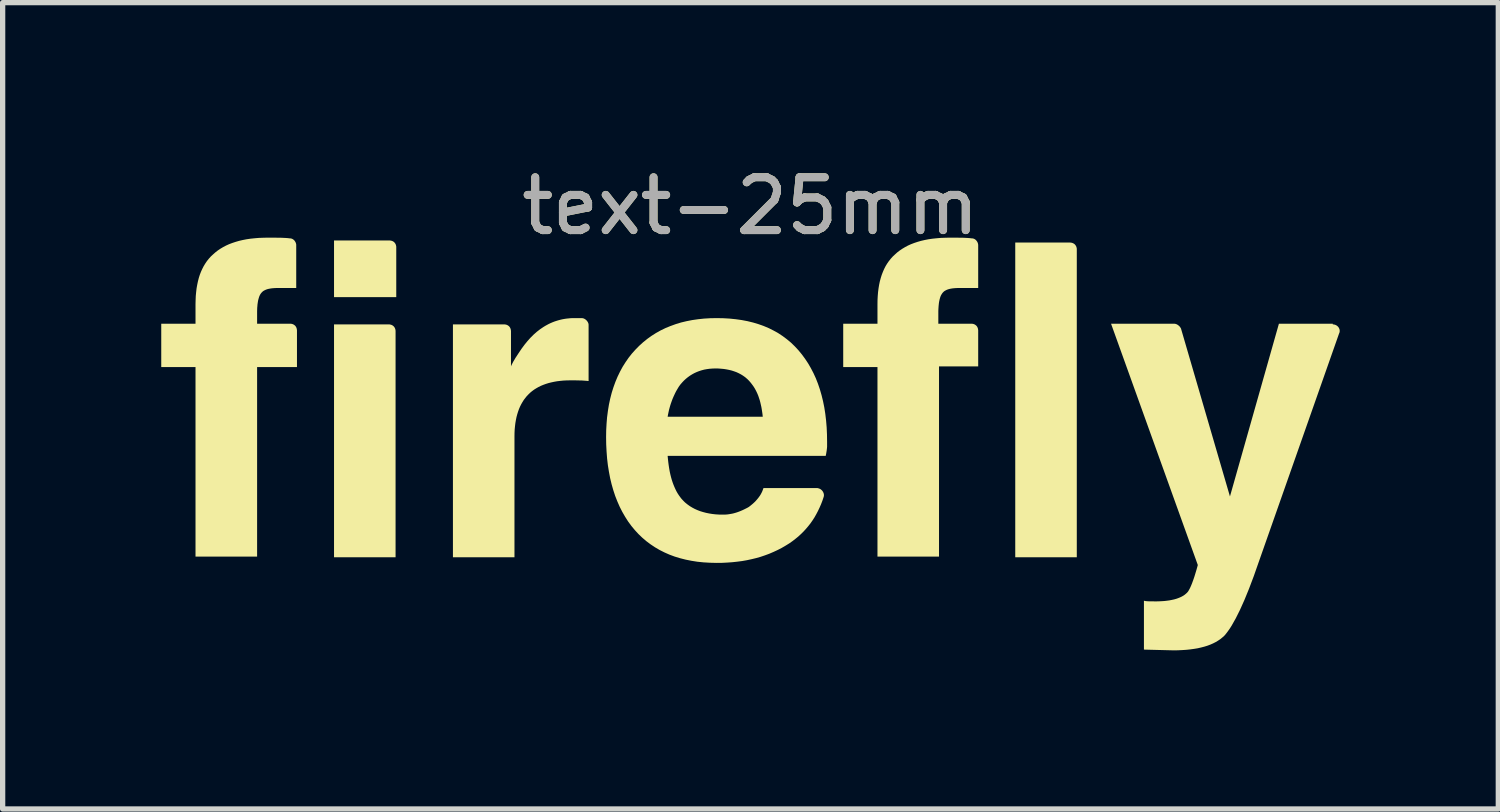
<source format=kicad_pcb>
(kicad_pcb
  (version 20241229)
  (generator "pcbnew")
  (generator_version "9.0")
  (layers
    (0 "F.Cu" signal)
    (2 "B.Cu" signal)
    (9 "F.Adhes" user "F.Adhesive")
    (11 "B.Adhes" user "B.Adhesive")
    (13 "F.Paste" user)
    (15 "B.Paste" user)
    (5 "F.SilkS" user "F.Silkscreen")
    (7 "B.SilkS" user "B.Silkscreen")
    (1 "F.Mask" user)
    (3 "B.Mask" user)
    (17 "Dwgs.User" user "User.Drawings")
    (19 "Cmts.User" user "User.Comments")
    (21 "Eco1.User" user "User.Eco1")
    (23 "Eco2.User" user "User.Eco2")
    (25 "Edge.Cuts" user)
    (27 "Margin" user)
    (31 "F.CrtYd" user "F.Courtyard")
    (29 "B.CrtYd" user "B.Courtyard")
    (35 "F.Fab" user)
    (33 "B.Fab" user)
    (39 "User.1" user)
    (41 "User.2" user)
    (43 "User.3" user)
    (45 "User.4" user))
  (footprint "text-25mm"
    (layer "F.Cu")
    (at 11.145 5.348)
    (property "Reference" "text-25mm" (at 0 -4.5 0) (unlocked yes) (layer "F.SilkS") (effects (font (size 1 1) (thickness 0.15))))
    (attr smd)
    (fp_poly (pts (xy -6.838 -2.262) (xy -6.831 -2.262) (xy -6.824 -2.261) (xy -6.817 -2.26) (xy -6.81 -2.258) (xy -6.804 -2.257) (xy -6.797 -2.255) (xy -6.791 -2.253) (xy -6.785 -2.25) (xy -6.779 -2.247) (xy -6.774 -2.245) (xy -6.769 -2.241) (xy -6.763 -2.238) (xy -6.759 -2.234) (xy -6.754 -2.23) (xy -6.749 -2.226) (xy -6.745 -2.221) (xy -6.741 -2.217) (xy -6.737 -2.212) (xy -6.734 -2.207) (xy -6.731 -2.201) (xy -6.728 -2.196) (xy -6.725 -2.19) (xy -6.723 -2.184) (xy -6.72 -2.178) (xy -6.718 -2.172) (xy -6.717 -2.165) (xy -6.715 -2.158) (xy -6.714 -2.152) (xy -6.714 -2.144) (xy -6.713 -2.137) (xy -6.713 -2.13) (xy -6.713 2.143) (xy -7.877 2.143) (xy -7.877 -2.262) (xy -6.845 -2.262)) (stroke (width 0) (type solid)) (fill yes) (layer "F.SilkS"))
    (fp_poly (pts (xy -6.825 -3.85) (xy -6.818 -3.849) (xy -6.81 -3.848) (xy -6.804 -3.847) (xy -6.797 -3.846) (xy -6.79 -3.844) (xy -6.784 -3.842) (xy -6.778 -3.84) (xy -6.772 -3.838) (xy -6.766 -3.835) (xy -6.761 -3.832) (xy -6.755 -3.829) (xy -6.75 -3.825) (xy -6.745 -3.822) (xy -6.741 -3.818) (xy -6.736 -3.813) (xy -6.732 -3.809) (xy -6.728 -3.804) (xy -6.724 -3.799) (xy -6.721 -3.794) (xy -6.717 -3.789) (xy -6.714 -3.783) (xy -6.712 -3.778) (xy -6.709 -3.772) (xy -6.707 -3.765) (xy -6.705 -3.759) (xy -6.704 -3.753) (xy -6.702 -3.746) (xy -6.701 -3.739) (xy -6.7 -3.732) (xy -6.7 -3.725) (xy -6.7 -3.717) (xy -6.7 -2.778) (xy -7.877 -2.778) (xy -7.877 -3.85) (xy -6.832 -3.85)) (stroke (width 0) (type solid)) (fill yes) (layer "F.SilkS"))
    (fp_poly (pts (xy 6.047 -3.81) (xy 6.054 -3.809) (xy 6.061 -3.809) (xy 6.068 -3.808) (xy 6.075 -3.806) (xy 6.082 -3.805) (xy 6.088 -3.803) (xy 6.094 -3.8) (xy 6.1 -3.798) (xy 6.106 -3.795) (xy 6.111 -3.792) (xy 6.117 -3.789) (xy 6.122 -3.786) (xy 6.127 -3.782) (xy 6.131 -3.778) (xy 6.136 -3.774) (xy 6.14 -3.769) (xy 6.144 -3.764) (xy 6.148 -3.76) (xy 6.151 -3.754) (xy 6.154 -3.749) (xy 6.157 -3.744) (xy 6.16 -3.738) (xy 6.163 -3.732) (xy 6.165 -3.726) (xy 6.167 -3.719) (xy 6.168 -3.713) (xy 6.17 -3.706) (xy 6.171 -3.699) (xy 6.172 -3.692) (xy 6.172 -3.685) (xy 6.172 -3.678) (xy 6.172 2.143) (xy 5.008 2.143) (xy 5.008 -3.81) (xy 6.04 -3.81)) (stroke (width 0) (type solid)) (fill yes) (layer "F.SilkS"))
    (fp_poly (pts (xy 8.016 -2.275) (xy 8.021 -2.275) (xy 8.026 -2.274) (xy 8.031 -2.274) (xy 8.041 -2.271) (xy 8.05 -2.268) (xy 8.06 -2.265) (xy 8.069 -2.26) (xy 8.078 -2.255) (xy 8.087 -2.249) (xy 8.096 -2.242) (xy 8.104 -2.235) (xy 8.112 -2.228) (xy 8.119 -2.22) (xy 8.126 -2.211) (xy 8.132 -2.202) (xy 8.138 -2.193) (xy 8.143 -2.183) (xy 9.069 0.992) (xy 9.995 -2.275) (xy 11.014 -2.275) (xy 11.014 -2.262) (xy 11.023 -2.262) (xy 11.031 -2.261) (xy 11.039 -2.26) (xy 11.047 -2.258) (xy 11.055 -2.256) (xy 11.063 -2.253) (xy 11.07 -2.25) (xy 11.077 -2.246) (xy 11.084 -2.243) (xy 11.091 -2.238) (xy 11.097 -2.234) (xy 11.103 -2.229) (xy 11.108 -2.223) (xy 11.114 -2.218) (xy 11.119 -2.212) (xy 11.123 -2.206) (xy 11.127 -2.2) (xy 11.131 -2.193) (xy 11.134 -2.186) (xy 11.137 -2.18) (xy 11.14 -2.172) (xy 11.142 -2.165) (xy 11.143 -2.158) (xy 11.144 -2.151) (xy 11.145 -2.143) (xy 11.145 -2.136) (xy 11.144 -2.128) (xy 11.143 -2.12) (xy 11.142 -2.113) (xy 11.139 -2.105) (xy 11.137 -2.098) (xy 11.133 -2.09) (xy 9.612 2.236) (xy 9.519 2.501) (xy 9.429 2.739) (xy 9.342 2.952) (xy 9.258 3.139) (xy 9.178 3.299) (xy 9.102 3.434) (xy 9.066 3.491) (xy 9.03 3.542) (xy 8.996 3.587) (xy 8.964 3.625) (xy 8.927 3.658) (xy 8.888 3.69) (xy 8.845 3.719) (xy 8.8 3.746) (xy 8.751 3.771) (xy 8.699 3.794) (xy 8.643 3.815) (xy 8.585 3.833) (xy 8.523 3.849) (xy 8.458 3.864) (xy 8.39 3.875) (xy 8.318 3.885) (xy 8.243 3.893) (xy 8.165 3.898) (xy 8.083 3.902) (xy 7.998 3.903) (xy 7.442 3.889) (xy 7.442 2.963) (xy 7.448 2.966) (xy 7.455 2.968) (xy 7.463 2.969) (xy 7.472 2.971) (xy 7.482 2.972) (xy 7.494 2.973) (xy 7.506 2.974) (xy 7.52 2.975) (xy 7.551 2.976) (xy 7.585 2.976) (xy 7.667 2.977) (xy 7.723 2.976) (xy 7.777 2.973) (xy 7.828 2.97) (xy 7.878 2.964) (xy 7.924 2.958) (xy 7.969 2.949) (xy 8.011 2.94) (xy 8.051 2.929) (xy 8.088 2.916) (xy 8.123 2.902) (xy 8.155 2.887) (xy 8.184 2.871) (xy 8.211 2.853) (xy 8.235 2.833) (xy 8.257 2.813) (xy 8.276 2.791) (xy 8.286 2.775) (xy 8.296 2.757) (xy 8.307 2.737) (xy 8.318 2.715) (xy 8.329 2.69) (xy 8.34 2.664) (xy 8.352 2.635) (xy 8.363 2.604) (xy 8.375 2.572) (xy 8.387 2.537) (xy 8.399 2.501) (xy 8.411 2.462) (xy 8.436 2.379) (xy 8.461 2.289) (xy 6.82 -2.275) (xy 8.011 -2.275)) (stroke (width 0) (type solid)) (fill yes) (layer "F.SilkS"))
    (fp_poly (pts (xy -3.188 -2.381) (xy -3.182 -2.38) (xy -3.176 -2.38) (xy -3.169 -2.378) (xy -3.163 -2.377) (xy -3.157 -2.375) (xy -3.151 -2.372) (xy -3.145 -2.37) (xy -3.14 -2.367) (xy -3.134 -2.364) (xy -3.129 -2.36) (xy -3.123 -2.357) (xy -3.118 -2.353) (xy -3.113 -2.349) (xy -3.108 -2.344) (xy -3.103 -2.34) (xy -3.099 -2.335) (xy -3.094 -2.33) (xy -3.09 -2.325) (xy -3.086 -2.32) (xy -3.083 -2.314) (xy -3.079 -2.309) (xy -3.076 -2.303) (xy -3.073 -2.298) (xy -3.071 -2.292) (xy -3.068 -2.286) (xy -3.066 -2.28) (xy -3.065 -2.274) (xy -3.063 -2.268) (xy -3.063 -2.261) (xy -3.062 -2.255) (xy -3.062 -2.249) (xy -3.062 -1.191) (xy -3.102 -1.195) (xy -3.143 -1.198) (xy -3.186 -1.201) (xy -3.229 -1.202) (xy -3.272 -1.203) (xy -3.317 -1.204) (xy -3.406 -1.204) (xy -3.472 -1.203) (xy -3.535 -1.2) (xy -3.597 -1.194) (xy -3.656 -1.187) (xy -3.713 -1.177) (xy -3.769 -1.165) (xy -3.821 -1.152) (xy -3.872 -1.136) (xy -3.921 -1.118) (xy -3.967 -1.099) (xy -4.011 -1.077) (xy -4.053 -1.053) (xy -4.093 -1.028) (xy -4.131 -1) (xy -4.166 -0.971) (xy -4.199 -0.939) (xy -4.231 -0.906) (xy -4.26 -0.87) (xy -4.288 -0.833) (xy -4.313 -0.793) (xy -4.337 -0.751) (xy -4.359 -0.707) (xy -4.379 -0.66) (xy -4.396 -0.612) (xy -4.412 -0.561) (xy -4.426 -0.508) (xy -4.437 -0.453) (xy -4.447 -0.396) (xy -4.454 -0.337) (xy -4.46 -0.275) (xy -4.463 -0.211) (xy -4.464 -0.146) (xy -4.464 2.143) (xy -5.628 2.143) (xy -5.628 -2.262) (xy -4.663 -2.262) (xy -4.655 -2.262) (xy -4.648 -2.262) (xy -4.641 -2.261) (xy -4.634 -2.26) (xy -4.627 -2.258) (xy -4.621 -2.257) (xy -4.614 -2.255) (xy -4.608 -2.253) (xy -4.602 -2.25) (xy -4.597 -2.247) (xy -4.591 -2.245) (xy -4.586 -2.241) (xy -4.581 -2.238) (xy -4.576 -2.234) (xy -4.571 -2.23) (xy -4.567 -2.226) (xy -4.562 -2.221) (xy -4.558 -2.217) (xy -4.555 -2.212) (xy -4.551 -2.207) (xy -4.548 -2.201) (xy -4.545 -2.196) (xy -4.542 -2.19) (xy -4.54 -2.184) (xy -4.538 -2.178) (xy -4.536 -2.172) (xy -4.534 -2.165) (xy -4.533 -2.158) (xy -4.532 -2.152) (xy -4.531 -2.144) (xy -4.53 -2.137) (xy -4.53 -2.13) (xy -4.53 -1.468) (xy -4.523 -1.486) (xy -4.515 -1.503) (xy -4.498 -1.536) (xy -4.481 -1.568) (xy -4.462 -1.599) (xy -4.444 -1.63) (xy -4.424 -1.66) (xy -4.385 -1.72) (xy -4.332 -1.799) (xy -4.277 -1.874) (xy -4.221 -1.943) (xy -4.164 -2.007) (xy -4.104 -2.067) (xy -4.043 -2.121) (xy -3.98 -2.17) (xy -3.915 -2.214) (xy -3.882 -2.234) (xy -3.848 -2.253) (xy -3.814 -2.271) (xy -3.78 -2.287) (xy -3.745 -2.302) (xy -3.709 -2.316) (xy -3.673 -2.328) (xy -3.637 -2.339) (xy -3.6 -2.349) (xy -3.562 -2.358) (xy -3.524 -2.365) (xy -3.486 -2.371) (xy -3.447 -2.375) (xy -3.407 -2.379) (xy -3.367 -2.381) (xy -3.326 -2.381) (xy -3.194 -2.381)) (stroke (width 0) (type solid)) (fill yes) (layer "F.SilkS"))
    (fp_poly (pts (xy -8.966 -3.902) (xy -8.878 -3.901) (xy -8.835 -3.899) (xy -8.792 -3.897) (xy -8.751 -3.894) (xy -8.711 -3.889) (xy -8.704 -3.889) (xy -8.698 -3.889) (xy -8.692 -3.888) (xy -8.687 -3.886) (xy -8.681 -3.885) (xy -8.675 -3.883) (xy -8.67 -3.881) (xy -8.664 -3.878) (xy -8.659 -3.875) (xy -8.654 -3.872) (xy -8.649 -3.869) (xy -8.644 -3.865) (xy -8.639 -3.861) (xy -8.635 -3.857) (xy -8.63 -3.853) (xy -8.626 -3.848) (xy -8.622 -3.843) (xy -8.619 -3.838) (xy -8.615 -3.833) (xy -8.612 -3.828) (xy -8.609 -3.823) (xy -8.606 -3.817) (xy -8.603 -3.811) (xy -8.601 -3.806) (xy -8.599 -3.8) (xy -8.597 -3.794) (xy -8.595 -3.788) (xy -8.594 -3.782) (xy -8.593 -3.776) (xy -8.592 -3.769) (xy -8.592 -3.763) (xy -8.592 -3.757) (xy -8.592 -2.95) (xy -8.949 -2.95) (xy -8.976 -2.95) (xy -9.001 -2.949) (xy -9.026 -2.947) (xy -9.05 -2.945) (xy -9.073 -2.942) (xy -9.095 -2.938) (xy -9.116 -2.934) (xy -9.136 -2.929) (xy -9.154 -2.923) (xy -9.172 -2.916) (xy -9.188 -2.908) (xy -9.204 -2.9) (xy -9.218 -2.891) (xy -9.231 -2.88) (xy -9.242 -2.869) (xy -9.253 -2.857) (xy -9.263 -2.844) (xy -9.272 -2.83) (xy -9.28 -2.815) (xy -9.288 -2.798) (xy -9.295 -2.779) (xy -9.301 -2.759) (xy -9.307 -2.738) (xy -9.313 -2.715) (xy -9.317 -2.691) (xy -9.321 -2.665) (xy -9.325 -2.637) (xy -9.327 -2.608) (xy -9.33 -2.577) (xy -9.331 -2.545) (xy -9.332 -2.51) (xy -9.332 -2.474) (xy -9.332 -2.275) (xy -8.711 -2.275) (xy -8.703 -2.275) (xy -8.696 -2.275) (xy -8.689 -2.274) (xy -8.682 -2.273) (xy -8.675 -2.272) (xy -8.669 -2.27) (xy -8.663 -2.268) (xy -8.656 -2.266) (xy -8.651 -2.263) (xy -8.645 -2.261) (xy -8.639 -2.258) (xy -8.634 -2.254) (xy -8.629 -2.251) (xy -8.624 -2.247) (xy -8.619 -2.243) (xy -8.615 -2.239) (xy -8.61 -2.235) (xy -8.607 -2.23) (xy -8.603 -2.225) (xy -8.599 -2.22) (xy -8.596 -2.215) (xy -8.593 -2.209) (xy -8.59 -2.203) (xy -8.588 -2.197) (xy -8.586 -2.191) (xy -8.584 -2.185) (xy -8.582 -2.178) (xy -8.581 -2.172) (xy -8.58 -2.165) (xy -8.579 -2.158) (xy -8.578 -2.15) (xy -8.578 -2.143) (xy -8.578 -1.455) (xy -9.332 -1.455) (xy -9.332 2.13) (xy -10.497 2.13) (xy -10.497 -1.455) (xy -11.145 -1.455) (xy -11.145 -2.275) (xy -10.497 -2.275) (xy -10.497 -2.646) (xy -10.495 -2.724) (xy -10.492 -2.8) (xy -10.485 -2.873) (xy -10.477 -2.943) (xy -10.465 -3.011) (xy -10.451 -3.077) (xy -10.435 -3.14) (xy -10.416 -3.2) (xy -10.394 -3.257) (xy -10.369 -3.312) (xy -10.342 -3.365) (xy -10.312 -3.414) (xy -10.28 -3.461) (xy -10.245 -3.505) (xy -10.207 -3.547) (xy -10.166 -3.585) (xy -10.122 -3.624) (xy -10.076 -3.66) (xy -10.027 -3.693) (xy -9.975 -3.724) (xy -9.92 -3.753) (xy -9.863 -3.779) (xy -9.802 -3.802) (xy -9.739 -3.823) (xy -9.673 -3.842) (xy -9.605 -3.858) (xy -9.533 -3.872) (xy -9.459 -3.883) (xy -9.382 -3.891) (xy -9.302 -3.898) (xy -9.219 -3.901) (xy -9.134 -3.903) (xy -9.055 -3.903)) (stroke (width 0) (type solid)) (fill yes) (layer "F.SilkS"))
    (fp_poly (pts (xy 3.933 -3.902) (xy 4.021 -3.901) (xy 4.064 -3.899) (xy 4.106 -3.897) (xy 4.148 -3.894) (xy 4.188 -3.889) (xy 4.194 -3.889) (xy 4.2 -3.889) (xy 4.206 -3.888) (xy 4.212 -3.886) (xy 4.218 -3.885) (xy 4.223 -3.883) (xy 4.229 -3.881) (xy 4.234 -3.878) (xy 4.24 -3.875) (xy 4.245 -3.872) (xy 4.25 -3.869) (xy 4.255 -3.865) (xy 4.259 -3.861) (xy 4.264 -3.857) (xy 4.268 -3.853) (xy 4.272 -3.848) (xy 4.276 -3.843) (xy 4.28 -3.838) (xy 4.283 -3.833) (xy 4.287 -3.828) (xy 4.29 -3.823) (xy 4.293 -3.817) (xy 4.295 -3.811) (xy 4.298 -3.806) (xy 4.3 -3.8) (xy 4.302 -3.794) (xy 4.303 -3.788) (xy 4.304 -3.782) (xy 4.306 -3.776) (xy 4.306 -3.769) (xy 4.307 -3.763) (xy 4.307 -3.757) (xy 4.307 -2.95) (xy 3.936 -2.95) (xy 3.91 -2.95) (xy 3.884 -2.949) (xy 3.859 -2.947) (xy 3.835 -2.945) (xy 3.812 -2.942) (xy 3.79 -2.938) (xy 3.769 -2.934) (xy 3.75 -2.929) (xy 3.731 -2.923) (xy 3.713 -2.916) (xy 3.697 -2.908) (xy 3.682 -2.9) (xy 3.667 -2.891) (xy 3.654 -2.88) (xy 3.643 -2.869) (xy 3.632 -2.857) (xy 3.623 -2.844) (xy 3.614 -2.83) (xy 3.605 -2.815) (xy 3.597 -2.798) (xy 3.59 -2.779) (xy 3.584 -2.759) (xy 3.578 -2.738) (xy 3.573 -2.715) (xy 3.568 -2.691) (xy 3.564 -2.665) (xy 3.561 -2.637) (xy 3.558 -2.608) (xy 3.556 -2.577) (xy 3.554 -2.545) (xy 3.553 -2.51) (xy 3.553 -2.474) (xy 3.553 -2.275) (xy 4.175 -2.275) (xy 4.182 -2.275) (xy 4.189 -2.275) (xy 4.196 -2.274) (xy 4.203 -2.273) (xy 4.21 -2.272) (xy 4.216 -2.27) (xy 4.223 -2.268) (xy 4.229 -2.266) (xy 4.235 -2.263) (xy 4.24 -2.261) (xy 4.246 -2.258) (xy 4.251 -2.254) (xy 4.256 -2.251) (xy 4.261 -2.247) (xy 4.266 -2.243) (xy 4.27 -2.239) (xy 4.275 -2.235) (xy 4.279 -2.23) (xy 4.282 -2.225) (xy 4.286 -2.22) (xy 4.289 -2.215) (xy 4.292 -2.209) (xy 4.295 -2.203) (xy 4.297 -2.197) (xy 4.3 -2.191) (xy 4.301 -2.185) (xy 4.303 -2.178) (xy 4.304 -2.172) (xy 4.305 -2.165) (xy 4.306 -2.158) (xy 4.307 -2.15) (xy 4.307 -2.143) (xy 4.307 -1.468) (xy 3.566 -1.468) (xy 3.566 2.13) (xy 2.402 2.13) (xy 2.402 -1.455) (xy 1.754 -1.455) (xy 1.754 -2.275) (xy 2.402 -2.275) (xy 2.402 -2.646) (xy 2.403 -2.724) (xy 2.407 -2.8) (xy 2.413 -2.873) (xy 2.422 -2.943) (xy 2.433 -3.011) (xy 2.447 -3.077) (xy 2.464 -3.14) (xy 2.483 -3.2) (xy 2.505 -3.257) (xy 2.529 -3.312) (xy 2.556 -3.365) (xy 2.586 -3.414) (xy 2.619 -3.461) (xy 2.654 -3.505) (xy 2.692 -3.547) (xy 2.733 -3.585) (xy 2.776 -3.624) (xy 2.823 -3.66) (xy 2.872 -3.693) (xy 2.924 -3.724) (xy 2.978 -3.753) (xy 3.036 -3.779) (xy 3.096 -3.802) (xy 3.159 -3.823) (xy 3.225 -3.842) (xy 3.294 -3.858) (xy 3.365 -3.872) (xy 3.44 -3.883) (xy 3.517 -3.891) (xy 3.596 -3.898) (xy 3.679 -3.901) (xy 3.764 -3.903) (xy 3.844 -3.903)) (stroke (width 0) (type solid)) (fill yes) (layer "F.SilkS"))
    (fp_poly (pts (xy -0.516 -2.379) (xy -0.395 -2.372) (xy -0.278 -2.36) (xy -0.165 -2.344) (xy -0.055 -2.323) (xy 0.051 -2.297) (xy 0.154 -2.266) (xy 0.252 -2.231) (xy 0.347 -2.191) (xy 0.438 -2.145) (xy 0.526 -2.096) (xy 0.609 -2.041) (xy 0.689 -1.981) (xy 0.766 -1.917) (xy 0.838 -1.847) (xy 0.907 -1.773) (xy 0.972 -1.694) (xy 1.033 -1.611) (xy 1.09 -1.525) (xy 1.142 -1.435) (xy 1.191 -1.341) (xy 1.236 -1.243) (xy 1.276 -1.141) (xy 1.312 -1.035) (xy 1.344 -0.925) (xy 1.372 -0.811) (xy 1.396 -0.693) (xy 1.415 -0.571) (xy 1.43 -0.444) (xy 1.441 -0.314) (xy 1.447 -0.179) (xy 1.449 -0.04) (xy 1.449 0.026) (xy 1.449 0.039) (xy 1.449 0.051) (xy 1.447 0.076) (xy 1.444 0.101) (xy 1.441 0.126) (xy 1.437 0.15) (xy 1.433 0.175) (xy 1.423 0.225) (xy -1.567 0.225) (xy -1.561 0.288) (xy -1.554 0.35) (xy -1.546 0.41) (xy -1.537 0.468) (xy -1.527 0.524) (xy -1.515 0.578) (xy -1.502 0.63) (xy -1.488 0.68) (xy -1.472 0.728) (xy -1.455 0.774) (xy -1.437 0.817) (xy -1.418 0.859) (xy -1.398 0.899) (xy -1.376 0.937) (xy -1.353 0.972) (xy -1.329 1.005) (xy -1.314 1.025) (xy -1.298 1.044) (xy -1.281 1.062) (xy -1.264 1.08) (xy -1.246 1.098) (xy -1.227 1.115) (xy -1.188 1.146) (xy -1.146 1.176) (xy -1.101 1.203) (xy -1.054 1.228) (xy -1.005 1.25) (xy -0.953 1.27) (xy -0.898 1.287) (xy -0.841 1.302) (xy -0.782 1.314) (xy -0.72 1.324) (xy -0.656 1.331) (xy -0.59 1.335) (xy -0.522 1.336) (xy -0.49 1.336) (xy -0.458 1.334) (xy -0.426 1.331) (xy -0.395 1.326) (xy -0.364 1.321) (xy -0.333 1.315) (xy -0.303 1.307) (xy -0.272 1.298) (xy -0.242 1.288) (xy -0.212 1.277) (xy -0.182 1.265) (xy -0.152 1.252) (xy -0.122 1.238) (xy -0.092 1.223) (xy -0.062 1.208) (xy -0.032 1.191) (xy -0.006 1.171) (xy 0.02 1.15) (xy 0.044 1.13) (xy 0.067 1.109) (xy 0.089 1.088) (xy 0.109 1.066) (xy 0.128 1.044) (xy 0.146 1.022) (xy 0.163 0.999) (xy 0.179 0.977) (xy 0.193 0.954) (xy 0.206 0.93) (xy 0.218 0.906) (xy 0.228 0.882) (xy 0.237 0.858) (xy 0.246 0.833) (xy 1.251 0.833) (xy 1.26 0.834) (xy 1.268 0.834) (xy 1.276 0.836) (xy 1.284 0.838) (xy 1.292 0.84) (xy 1.3 0.843) (xy 1.307 0.846) (xy 1.314 0.849) (xy 1.321 0.853) (xy 1.328 0.857) (xy 1.334 0.862) (xy 1.34 0.867) (xy 1.346 0.872) (xy 1.352 0.878) (xy 1.357 0.884) (xy 1.362 0.89) (xy 1.366 0.896) (xy 1.37 0.903) (xy 1.374 0.909) (xy 1.377 0.916) (xy 1.38 0.923) (xy 1.383 0.93) (xy 1.385 0.938) (xy 1.387 0.945) (xy 1.388 0.953) (xy 1.389 0.96) (xy 1.389 0.968) (xy 1.389 0.975) (xy 1.388 0.983) (xy 1.387 0.99) (xy 1.385 0.998) (xy 1.383 1.005) (xy 1.36 1.074) (xy 1.334 1.141) (xy 1.306 1.205) (xy 1.276 1.268) (xy 1.244 1.329) (xy 1.21 1.389) (xy 1.173 1.446) (xy 1.134 1.502) (xy 1.092 1.555) (xy 1.048 1.607) (xy 1.002 1.657) (xy 0.953 1.705) (xy 0.903 1.751) (xy 0.849 1.795) (xy 0.793 1.838) (xy 0.735 1.879) (xy 0.662 1.924) (xy 0.588 1.967) (xy 0.512 2.006) (xy 0.434 2.042) (xy 0.355 2.076) (xy 0.274 2.106) (xy 0.191 2.134) (xy 0.107 2.158) (xy 0.02 2.179) (xy -0.068 2.198) (xy -0.159 2.214) (xy -0.251 2.226) (xy -0.345 2.236) (xy -0.442 2.243) (xy -0.54 2.248) (xy -0.641 2.249) (xy -0.765 2.246) (xy -0.886 2.239) (xy -1.004 2.227) (xy -1.117 2.209) (xy -1.227 2.187) (xy -1.333 2.16) (xy -1.435 2.129) (xy -1.534 2.092) (xy -1.629 2.05) (xy -1.72 2.004) (xy -1.807 1.953) (xy -1.891 1.897) (xy -1.971 1.837) (xy -2.047 1.772) (xy -2.12 1.702) (xy -2.189 1.627) (xy -2.254 1.548) (xy -2.315 1.465) (xy -2.371 1.377) (xy -2.424 1.285) (xy -2.473 1.189) (xy -2.517 1.089) (xy -2.558 0.985) (xy -2.594 0.876) (xy -2.626 0.764) (xy -2.654 0.648) (xy -2.677 0.527) (xy -2.697 0.403) (xy -2.712 0.275) (xy -2.722 0.143) (xy -2.729 0.007) (xy -2.731 -0.132) (xy -2.729 -0.262) (xy -2.722 -0.388) (xy -2.712 -0.511) (xy -2.711 -0.516) (xy -1.567 -0.516) (xy 0.232 -0.516) (xy 0.227 -0.565) (xy 0.22 -0.613) (xy 0.213 -0.659) (xy 0.205 -0.704) (xy 0.195 -0.748) (xy 0.185 -0.791) (xy 0.174 -0.832) (xy 0.161 -0.871) (xy 0.148 -0.91) (xy 0.133 -0.947) (xy 0.117 -0.982) (xy 0.1 -1.016) (xy 0.082 -1.049) (xy 0.063 -1.08) (xy 0.042 -1.11) (xy 0.021 -1.138) (xy 0.007 -1.156) (xy -0.008 -1.174) (xy -0.023 -1.191) (xy -0.038 -1.207) (xy -0.054 -1.223) (xy -0.071 -1.238) (xy -0.088 -1.253) (xy -0.105 -1.267) (xy -0.124 -1.28) (xy -0.142 -1.293) (xy -0.181 -1.317) (xy -0.221 -1.338) (xy -0.264 -1.358) (xy -0.308 -1.374) (xy -0.354 -1.389) (xy -0.402 -1.401) (xy -0.452 -1.411) (xy -0.503 -1.419) (xy -0.556 -1.424) (xy -0.611 -1.428) (xy -0.667 -1.429) (xy -0.721 -1.427) (xy -0.774 -1.423) (xy -0.825 -1.416) (xy -0.875 -1.407) (xy -0.924 -1.394) (xy -0.971 -1.379) (xy -1.017 -1.361) (xy -1.061 -1.341) (xy -1.103 -1.318) (xy -1.145 -1.292) (xy -1.184 -1.264) (xy -1.222 -1.233) (xy -1.258 -1.2) (xy -1.292 -1.164) (xy -1.325 -1.126) (xy -1.355 -1.085) (xy -1.372 -1.057) (xy -1.389 -1.028) (xy -1.406 -0.999) (xy -1.422 -0.968) (xy -1.437 -0.936) (xy -1.452 -0.904) (xy -1.467 -0.87) (xy -1.481 -0.835) (xy -1.494 -0.799) (xy -1.507 -0.762) (xy -1.519 -0.724) (xy -1.53 -0.685) (xy -1.541 -0.644) (xy -1.55 -0.603) (xy -1.559 -0.56) (xy -1.567 -0.516) (xy -2.711 -0.516) (xy -2.696 -0.631) (xy -2.677 -0.747) (xy -2.653 -0.859) (xy -2.625 -0.968) (xy -2.592 -1.073) (xy -2.555 -1.175) (xy -2.514 -1.273) (xy -2.468 -1.368) (xy -2.419 -1.459) (xy -2.364 -1.546) (xy -2.306 -1.63) (xy -2.243 -1.71) (xy -2.175 -1.786) (xy -2.104 -1.858) (xy -2.03 -1.925) (xy -1.952 -1.988) (xy -1.871 -2.046) (xy -1.786 -2.1) (xy -1.698 -2.149) (xy -1.607 -2.193) (xy -1.512 -2.232) (xy -1.415 -2.267) (xy -1.314 -2.298) (xy -1.209 -2.323) (xy -1.102 -2.344) (xy -0.991 -2.36) (xy -0.878 -2.372) (xy -0.761 -2.379) (xy -0.641 -2.381)) (stroke (width 0) (type solid)) (fill yes) (layer "F.SilkS"))
    (fp_text user "${REFERENCE}" (at 0 -4.5 0) (unlocked yes) (layer "F.Fab") (effects (font (size 1 1) (thickness 0.15)))))
  (gr_rect
    (start -3 -3)
    (end 25.29 12.251)
    (stroke (width 0.1) (type default))
    (fill no)
    (layer "Edge.Cuts")))
</source>
